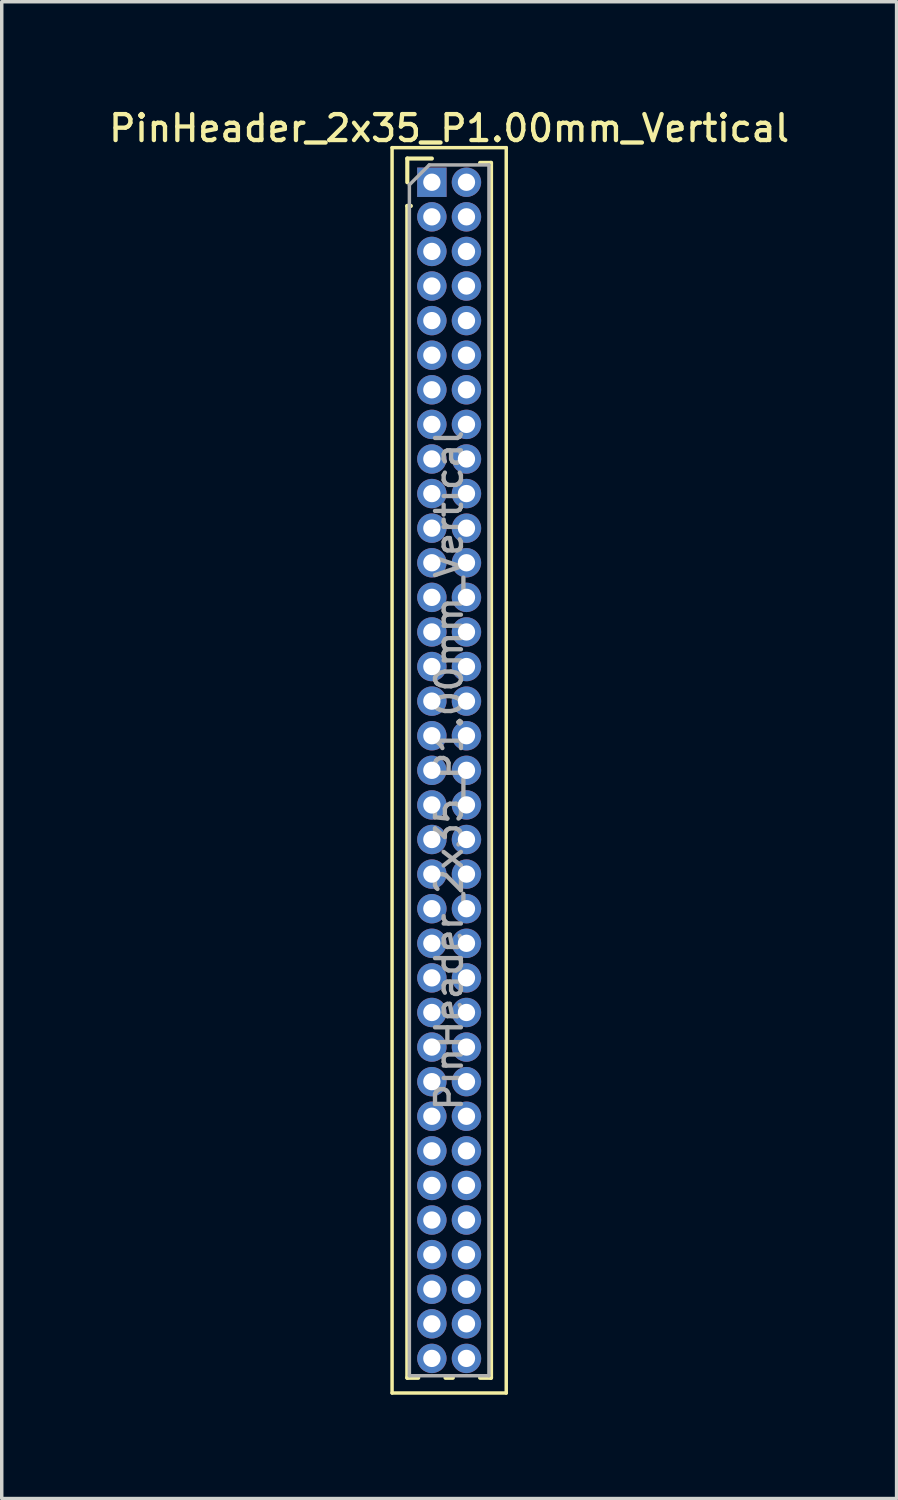
<source format=kicad_pcb>
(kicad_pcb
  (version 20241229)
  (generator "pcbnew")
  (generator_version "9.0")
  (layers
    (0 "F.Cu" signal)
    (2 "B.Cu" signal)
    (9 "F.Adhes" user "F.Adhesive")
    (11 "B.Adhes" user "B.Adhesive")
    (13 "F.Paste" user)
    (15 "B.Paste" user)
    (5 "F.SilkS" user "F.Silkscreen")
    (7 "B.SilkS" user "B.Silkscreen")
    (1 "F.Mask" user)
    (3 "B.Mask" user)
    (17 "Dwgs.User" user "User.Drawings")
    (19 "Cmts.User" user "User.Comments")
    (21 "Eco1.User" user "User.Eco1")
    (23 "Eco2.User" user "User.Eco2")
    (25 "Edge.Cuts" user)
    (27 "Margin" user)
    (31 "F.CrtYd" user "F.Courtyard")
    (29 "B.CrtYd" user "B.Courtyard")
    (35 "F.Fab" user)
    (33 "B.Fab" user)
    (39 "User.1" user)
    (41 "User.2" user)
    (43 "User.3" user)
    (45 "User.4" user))
  (footprint "PinHeader_2x35_P1.00mm_Vertical"
    (layer "F.Cu")
    (at 9.434 2.218)
    (property "Reference" "PinHeader_2x35_P1.00mm_Vertical" (at 0.5 -1.56 0) (layer "F.SilkS") (effects (font (size 0.75 0.75) (thickness 0.125))))
    (attr through_hole)
    (fp_line (start -1.15 -1) (end -1.15 35) (stroke (width 0.1) (type solid)) (layer "F.SilkS"))
    (fp_line (start -1.15 35) (end 2.15 35) (stroke (width 0.1) (type solid)) (layer "F.SilkS"))
    (fp_line (start -0.71 -0.685) (end 0 -0.685) (stroke (width 0.12) (type solid)) (layer "F.SilkS"))
    (fp_line (start -0.71 0) (end -0.71 -0.685) (stroke (width 0.12) (type solid)) (layer "F.SilkS"))
    (fp_line (start -0.71 0.685) (end -0.71 34.56) (stroke (width 0.12) (type solid)) (layer "F.SilkS"))
    (fp_line (start -0.71 0.685) (end -0.608 0.685) (stroke (width 0.12) (type solid)) (layer "F.SilkS"))
    (fp_line (start -0.71 34.56) (end -0.394 34.56) (stroke (width 0.12) (type solid)) (layer "F.SilkS"))
    (fp_line (start 0.394 34.56) (end 0.606 34.56) (stroke (width 0.12) (type solid)) (layer "F.SilkS"))
    (fp_line (start 1.394 -0.56) (end 1.71 -0.56) (stroke (width 0.12) (type solid)) (layer "F.SilkS"))
    (fp_line (start 1.394 34.56) (end 1.71 34.56) (stroke (width 0.12) (type solid)) (layer "F.SilkS"))
    (fp_line (start 1.71 -0.56) (end 1.71 34.56) (stroke (width 0.12) (type solid)) (layer "F.SilkS"))
    (fp_line (start 2.15 -1) (end -1.15 -1) (stroke (width 0.1) (type solid)) (layer "F.SilkS"))
    (fp_line (start 2.15 35) (end 2.15 -1) (stroke (width 0.1) (type solid)) (layer "F.SilkS"))
    (fp_line (start -0.65 0.075) (end -0.075 -0.5) (stroke (width 0.1) (type solid)) (layer "F.Fab"))
    (fp_line (start -0.65 34.5) (end -0.65 0.075) (stroke (width 0.1) (type solid)) (layer "F.Fab"))
    (fp_line (start -0.075 -0.5) (end 1.65 -0.5) (stroke (width 0.1) (type solid)) (layer "F.Fab"))
    (fp_line (start 1.65 -0.5) (end 1.65 34.5) (stroke (width 0.1) (type solid)) (layer "F.Fab"))
    (fp_line (start 1.65 34.5) (end -0.65 34.5) (stroke (width 0.1) (type solid)) (layer "F.Fab"))
    (fp_text user "${REFERENCE}" (at 0.5 17 90) (layer "F.Fab") (effects (font (size 0.75 0.75) (thickness 0.125))))
    (pad "1" thru_hole rect (at 0 0) (size 0.85 0.85) (drill 0.5) (layers "*.Cu" "*.Mask"))
    (pad "2" thru_hole oval (at 1 0) (size 0.85 0.85) (drill 0.5) (layers "*.Cu" "*.Mask"))
    (pad "3" thru_hole oval (at 0 1) (size 0.85 0.85) (drill 0.5) (layers "*.Cu" "*.Mask"))
    (pad "4" thru_hole oval (at 1 1) (size 0.85 0.85) (drill 0.5) (layers "*.Cu" "*.Mask"))
    (pad "5" thru_hole oval (at 0 2) (size 0.85 0.85) (drill 0.5) (layers "*.Cu" "*.Mask"))
    (pad "6" thru_hole oval (at 1 2) (size 0.85 0.85) (drill 0.5) (layers "*.Cu" "*.Mask"))
    (pad "7" thru_hole oval (at 0 3) (size 0.85 0.85) (drill 0.5) (layers "*.Cu" "*.Mask"))
    (pad "8" thru_hole oval (at 1 3) (size 0.85 0.85) (drill 0.5) (layers "*.Cu" "*.Mask"))
    (pad "9" thru_hole oval (at 0 4) (size 0.85 0.85) (drill 0.5) (layers "*.Cu" "*.Mask"))
    (pad "10" thru_hole oval (at 1 4) (size 0.85 0.85) (drill 0.5) (layers "*.Cu" "*.Mask"))
    (pad "11" thru_hole oval (at 0 5) (size 0.85 0.85) (drill 0.5) (layers "*.Cu" "*.Mask"))
    (pad "12" thru_hole oval (at 1 5) (size 0.85 0.85) (drill 0.5) (layers "*.Cu" "*.Mask"))
    (pad "13" thru_hole oval (at 0 6) (size 0.85 0.85) (drill 0.5) (layers "*.Cu" "*.Mask"))
    (pad "14" thru_hole oval (at 1 6) (size 0.85 0.85) (drill 0.5) (layers "*.Cu" "*.Mask"))
    (pad "15" thru_hole oval (at 0 7) (size 0.85 0.85) (drill 0.5) (layers "*.Cu" "*.Mask"))
    (pad "16" thru_hole oval (at 1 7) (size 0.85 0.85) (drill 0.5) (layers "*.Cu" "*.Mask"))
    (pad "17" thru_hole oval (at 0 8) (size 0.85 0.85) (drill 0.5) (layers "*.Cu" "*.Mask"))
    (pad "18" thru_hole oval (at 1 8) (size 0.85 0.85) (drill 0.5) (layers "*.Cu" "*.Mask"))
    (pad "19" thru_hole oval (at 0 9) (size 0.85 0.85) (drill 0.5) (layers "*.Cu" "*.Mask"))
    (pad "20" thru_hole oval (at 1 9) (size 0.85 0.85) (drill 0.5) (layers "*.Cu" "*.Mask"))
    (pad "21" thru_hole oval (at 0 10) (size 0.85 0.85) (drill 0.5) (layers "*.Cu" "*.Mask"))
    (pad "22" thru_hole oval (at 1 10) (size 0.85 0.85) (drill 0.5) (layers "*.Cu" "*.Mask"))
    (pad "23" thru_hole oval (at 0 11) (size 0.85 0.85) (drill 0.5) (layers "*.Cu" "*.Mask"))
    (pad "24" thru_hole oval (at 1 11) (size 0.85 0.85) (drill 0.5) (layers "*.Cu" "*.Mask"))
    (pad "25" thru_hole oval (at 0 12) (size 0.85 0.85) (drill 0.5) (layers "*.Cu" "*.Mask"))
    (pad "26" thru_hole oval (at 1 12) (size 0.85 0.85) (drill 0.5) (layers "*.Cu" "*.Mask"))
    (pad "27" thru_hole oval (at 0 13) (size 0.85 0.85) (drill 0.5) (layers "*.Cu" "*.Mask"))
    (pad "28" thru_hole oval (at 1 13) (size 0.85 0.85) (drill 0.5) (layers "*.Cu" "*.Mask"))
    (pad "29" thru_hole oval (at 0 14) (size 0.85 0.85) (drill 0.5) (layers "*.Cu" "*.Mask"))
    (pad "30" thru_hole oval (at 1 14) (size 0.85 0.85) (drill 0.5) (layers "*.Cu" "*.Mask"))
    (pad "31" thru_hole oval (at 0 15) (size 0.85 0.85) (drill 0.5) (layers "*.Cu" "*.Mask"))
    (pad "32" thru_hole oval (at 1 15) (size 0.85 0.85) (drill 0.5) (layers "*.Cu" "*.Mask"))
    (pad "33" thru_hole oval (at 0 16) (size 0.85 0.85) (drill 0.5) (layers "*.Cu" "*.Mask"))
    (pad "34" thru_hole oval (at 1 16) (size 0.85 0.85) (drill 0.5) (layers "*.Cu" "*.Mask"))
    (pad "35" thru_hole oval (at 0 17) (size 0.85 0.85) (drill 0.5) (layers "*.Cu" "*.Mask"))
    (pad "36" thru_hole oval (at 1 17) (size 0.85 0.85) (drill 0.5) (layers "*.Cu" "*.Mask"))
    (pad "37" thru_hole oval (at 0 18) (size 0.85 0.85) (drill 0.5) (layers "*.Cu" "*.Mask"))
    (pad "38" thru_hole oval (at 1 18) (size 0.85 0.85) (drill 0.5) (layers "*.Cu" "*.Mask"))
    (pad "39" thru_hole oval (at 0 19) (size 0.85 0.85) (drill 0.5) (layers "*.Cu" "*.Mask"))
    (pad "40" thru_hole oval (at 1 19) (size 0.85 0.85) (drill 0.5) (layers "*.Cu" "*.Mask"))
    (pad "41" thru_hole oval (at 0 20) (size 0.85 0.85) (drill 0.5) (layers "*.Cu" "*.Mask"))
    (pad "42" thru_hole oval (at 1 20) (size 0.85 0.85) (drill 0.5) (layers "*.Cu" "*.Mask"))
    (pad "43" thru_hole oval (at 0 21) (size 0.85 0.85) (drill 0.5) (layers "*.Cu" "*.Mask"))
    (pad "44" thru_hole oval (at 1 21) (size 0.85 0.85) (drill 0.5) (layers "*.Cu" "*.Mask"))
    (pad "45" thru_hole oval (at 0 22) (size 0.85 0.85) (drill 0.5) (layers "*.Cu" "*.Mask"))
    (pad "46" thru_hole oval (at 1 22) (size 0.85 0.85) (drill 0.5) (layers "*.Cu" "*.Mask"))
    (pad "47" thru_hole oval (at 0 23) (size 0.85 0.85) (drill 0.5) (layers "*.Cu" "*.Mask"))
    (pad "48" thru_hole oval (at 1 23) (size 0.85 0.85) (drill 0.5) (layers "*.Cu" "*.Mask"))
    (pad "49" thru_hole oval (at 0 24) (size 0.85 0.85) (drill 0.5) (layers "*.Cu" "*.Mask"))
    (pad "50" thru_hole oval (at 1 24) (size 0.85 0.85) (drill 0.5) (layers "*.Cu" "*.Mask"))
    (pad "51" thru_hole oval (at 0 25) (size 0.85 0.85) (drill 0.5) (layers "*.Cu" "*.Mask"))
    (pad "52" thru_hole oval (at 1 25) (size 0.85 0.85) (drill 0.5) (layers "*.Cu" "*.Mask"))
    (pad "53" thru_hole oval (at 0 26) (size 0.85 0.85) (drill 0.5) (layers "*.Cu" "*.Mask"))
    (pad "54" thru_hole oval (at 1 26) (size 0.85 0.85) (drill 0.5) (layers "*.Cu" "*.Mask"))
    (pad "55" thru_hole oval (at 0 27) (size 0.85 0.85) (drill 0.5) (layers "*.Cu" "*.Mask"))
    (pad "56" thru_hole oval (at 1 27) (size 0.85 0.85) (drill 0.5) (layers "*.Cu" "*.Mask"))
    (pad "57" thru_hole oval (at 0 28) (size 0.85 0.85) (drill 0.5) (layers "*.Cu" "*.Mask"))
    (pad "58" thru_hole oval (at 1 28) (size 0.85 0.85) (drill 0.5) (layers "*.Cu" "*.Mask"))
    (pad "59" thru_hole oval (at 0 29) (size 0.85 0.85) (drill 0.5) (layers "*.Cu" "*.Mask"))
    (pad "60" thru_hole oval (at 1 29) (size 0.85 0.85) (drill 0.5) (layers "*.Cu" "*.Mask"))
    (pad "61" thru_hole oval (at 0 30) (size 0.85 0.85) (drill 0.5) (layers "*.Cu" "*.Mask"))
    (pad "62" thru_hole oval (at 1 30) (size 0.85 0.85) (drill 0.5) (layers "*.Cu" "*.Mask"))
    (pad "63" thru_hole oval (at 0 31) (size 0.85 0.85) (drill 0.5) (layers "*.Cu" "*.Mask"))
    (pad "64" thru_hole oval (at 1 31) (size 0.85 0.85) (drill 0.5) (layers "*.Cu" "*.Mask"))
    (pad "65" thru_hole oval (at 0 32) (size 0.85 0.85) (drill 0.5) (layers "*.Cu" "*.Mask"))
    (pad "66" thru_hole oval (at 1 32) (size 0.85 0.85) (drill 0.5) (layers "*.Cu" "*.Mask"))
    (pad "67" thru_hole oval (at 0 33) (size 0.85 0.85) (drill 0.5) (layers "*.Cu" "*.Mask"))
    (pad "68" thru_hole oval (at 1 33) (size 0.85 0.85) (drill 0.5) (layers "*.Cu" "*.Mask"))
    (pad "69" thru_hole oval (at 0 34) (size 0.85 0.85) (drill 0.5) (layers "*.Cu" "*.Mask"))
    (pad "70" thru_hole oval (at 1 34) (size 0.85 0.85) (drill 0.5) (layers "*.Cu" "*.Mask")))
  (gr_rect
    (start -3 -3)
    (end 22.868 40.268)
    (stroke (width 0.1) (type default))
    (fill no)
    (layer "Edge.Cuts")))
</source>
